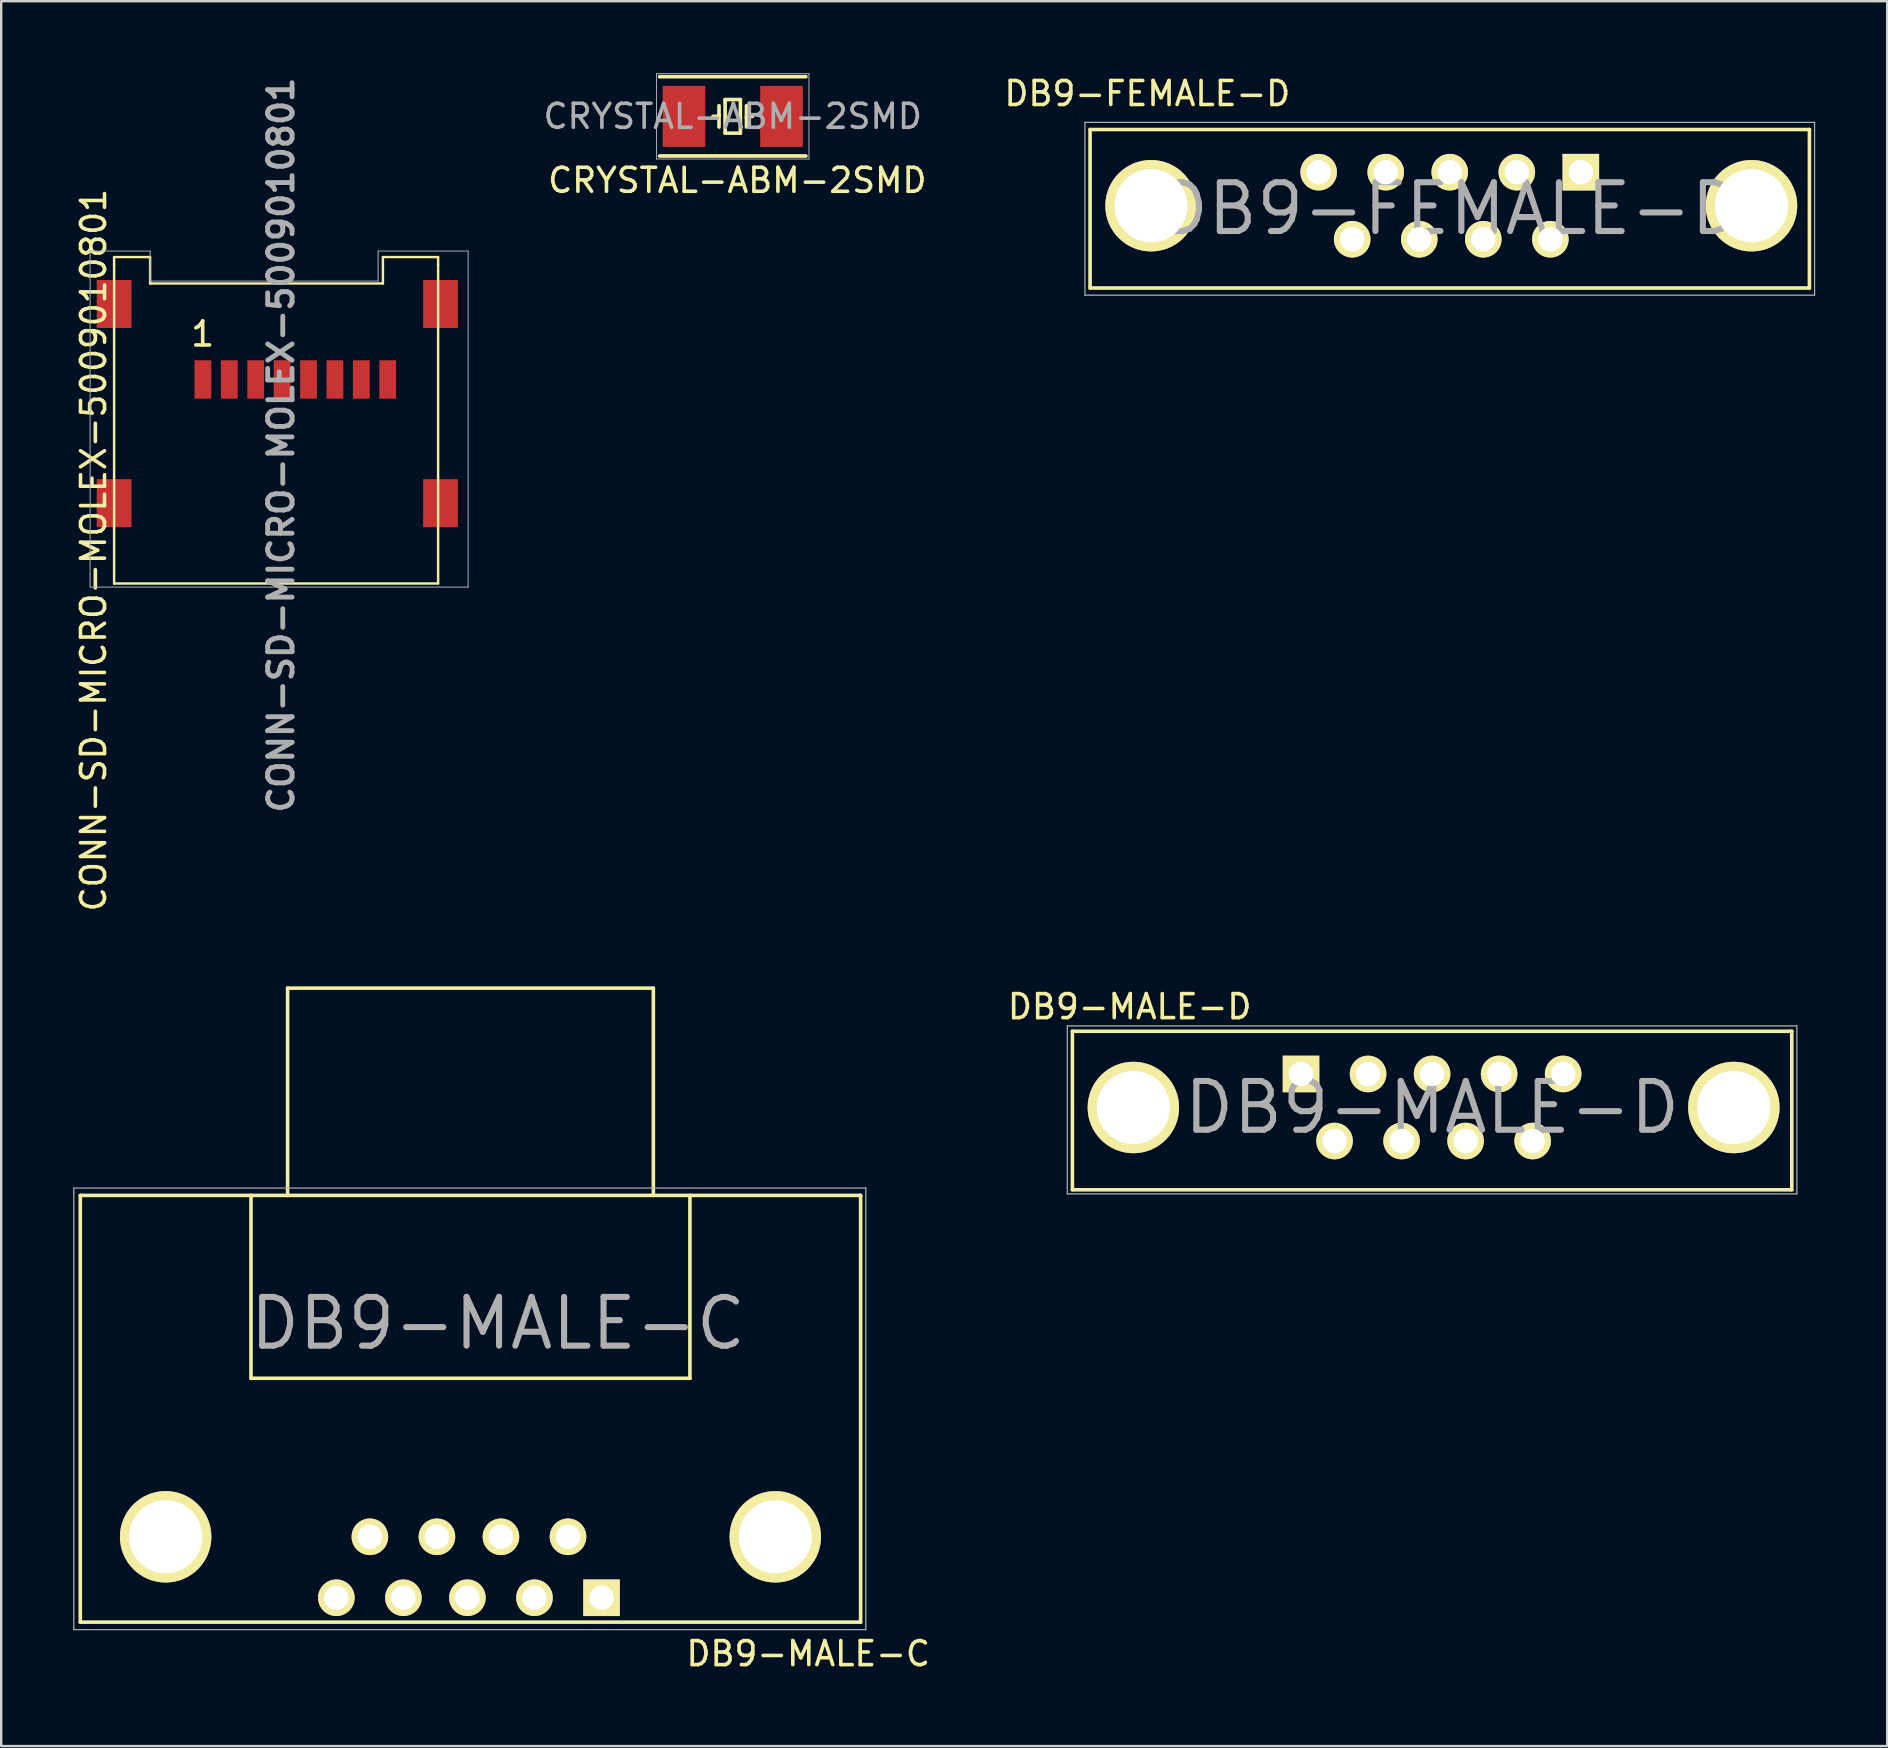
<source format=kicad_pcb>
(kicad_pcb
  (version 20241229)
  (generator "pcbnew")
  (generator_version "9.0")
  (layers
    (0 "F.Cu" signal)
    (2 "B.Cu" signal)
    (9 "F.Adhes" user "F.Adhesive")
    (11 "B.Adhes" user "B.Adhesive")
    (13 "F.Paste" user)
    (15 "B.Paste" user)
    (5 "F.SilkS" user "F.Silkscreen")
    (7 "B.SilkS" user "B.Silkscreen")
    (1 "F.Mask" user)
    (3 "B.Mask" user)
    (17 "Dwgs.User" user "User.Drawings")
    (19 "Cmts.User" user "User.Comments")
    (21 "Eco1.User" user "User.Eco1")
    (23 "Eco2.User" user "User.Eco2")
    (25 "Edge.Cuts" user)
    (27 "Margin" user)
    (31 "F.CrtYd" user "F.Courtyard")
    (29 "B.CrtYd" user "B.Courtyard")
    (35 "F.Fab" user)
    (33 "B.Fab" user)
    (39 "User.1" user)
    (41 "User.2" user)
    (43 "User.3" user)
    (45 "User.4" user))
  (footprint "DB9-FEMALE-D"
    (layer "F.Cu")
    (at 57.354 5.648)
    (property "Reference" "DB9-FEMALE-D" (at 0 0 0) (layer "F.Fab") (effects (font (size 2.032 2.032) (thickness 0.254))))
    (attr through_hole)
    (fp_line (start -14.986 -3.302) (end -14.986 3.302) (stroke (width 0.15) (type solid)) (layer "F.SilkS"))
    (fp_line (start -14.986 3.302) (end 14.986 3.302) (stroke (width 0.15) (type solid)) (layer "F.SilkS"))
    (fp_line (start 14.986 -3.302) (end -14.986 -3.302) (stroke (width 0.15) (type solid)) (layer "F.SilkS"))
    (fp_line (start 14.986 3.302) (end 14.986 -3.302) (stroke (width 0.15) (type solid)) (layer "F.SilkS"))
    (fp_line (start -15.2 -3.6) (end 15.2 -3.6) (stroke (width 0.051) (type solid)) (layer "F.Fab"))
    (fp_line (start -15.2 3.6) (end -15.2 -3.6) (stroke (width 0.051) (type solid)) (layer "F.Fab"))
    (fp_line (start 15.2 -3.6) (end 15.2 3.6) (stroke (width 0.051) (type solid)) (layer "F.Fab"))
    (fp_line (start 15.2 3.6) (end -15.2 3.6) (stroke (width 0.051) (type solid)) (layer "F.Fab"))
    (fp_text user "${REFERENCE}" (at -12.6 -4.8 0) (layer "F.SilkS") (effects (font (size 1 1) (thickness 0.15))))
    (pad "0" thru_hole circle (at -12.446 -0.127) (size 3.81 3.81) (drill 3.048) (layers "*.Cu" "*.Mask" "F.SilkS"))
    (pad "0" thru_hole circle (at 12.573 -0.127) (size 3.81 3.81) (drill 3.048) (layers "*.Cu" "*.Mask" "F.SilkS"))
    (pad "1" thru_hole rect (at 5.461 -1.524) (size 1.524 1.524) (drill 1.016) (layers "*.Cu" "*.Mask" "F.SilkS"))
    (pad "2" thru_hole circle (at 2.794 -1.524) (size 1.524 1.524) (drill 1.016) (layers "*.Cu" "*.Mask" "F.SilkS"))
    (pad "3" thru_hole circle (at 0 -1.524) (size 1.524 1.524) (drill 1.016) (layers "*.Cu" "*.Mask" "F.SilkS"))
    (pad "4" thru_hole circle (at -2.667 -1.524) (size 1.524 1.524) (drill 1.016) (layers "*.Cu" "*.Mask" "F.SilkS"))
    (pad "5" thru_hole circle (at -5.461 -1.524) (size 1.524 1.524) (drill 1.016) (layers "*.Cu" "*.Mask" "F.SilkS"))
    (pad "6" thru_hole circle (at 4.191 1.27) (size 1.524 1.524) (drill 1.016) (layers "*.Cu" "*.Mask" "F.SilkS"))
    (pad "7" thru_hole circle (at 1.397 1.27) (size 1.524 1.524) (drill 1.016) (layers "*.Cu" "*.Mask" "F.SilkS"))
    (pad "8" thru_hole circle (at -1.27 1.27) (size 1.524 1.524) (drill 1.016) (layers "*.Cu" "*.Mask" "F.SilkS"))
    (pad "9" thru_hole circle (at -4.064 1.27) (size 1.524 1.524) (drill 1.016) (layers "*.Cu" "*.Mask" "F.SilkS")))
  (footprint "DB9-MALE-C"
    (layer "F.Cu")
    (at 16.425 62.251)
    (property "Reference" "DB9-MALE-C" (at 1.27 -10.16 0) (layer "F.Fab") (effects (font (size 2.032 2.032) (thickness 0.254))))
    (attr through_hole)
    (fp_line (start -16.129 -15.494) (end -16.129 2.286) (stroke (width 0.15) (type solid)) (layer "F.SilkS"))
    (fp_line (start -16.129 2.286) (end 16.383 2.286) (stroke (width 0.15) (type solid)) (layer "F.SilkS"))
    (fp_line (start -9.017 -15.494) (end -9.017 -7.874) (stroke (width 0.15) (type solid)) (layer "F.SilkS"))
    (fp_line (start -9.017 -7.874) (end 9.271 -7.874) (stroke (width 0.15) (type solid)) (layer "F.SilkS"))
    (fp_line (start -7.493 -24.13) (end 7.747 -24.13) (stroke (width 0.15) (type solid)) (layer "F.SilkS"))
    (fp_line (start -7.493 -15.494) (end -7.493 -24.13) (stroke (width 0.15) (type solid)) (layer "F.SilkS"))
    (fp_line (start 7.747 -24.13) (end 7.747 -15.494) (stroke (width 0.15) (type solid)) (layer "F.SilkS"))
    (fp_line (start 9.271 -7.874) (end 9.271 -15.494) (stroke (width 0.15) (type solid)) (layer "F.SilkS"))
    (fp_line (start 16.383 -15.494) (end -16.129 -15.494) (stroke (width 0.15) (type solid)) (layer "F.SilkS"))
    (fp_line (start 16.383 2.286) (end 16.383 -15.494) (stroke (width 0.15) (type solid)) (layer "F.SilkS"))
    (fp_line (start -16.4 -15.8) (end 16.6 -15.8) (stroke (width 0.051) (type solid)) (layer "F.Fab"))
    (fp_line (start -16.4 -15.6) (end -16.4 -15.8) (stroke (width 0.051) (type solid)) (layer "F.Fab"))
    (fp_line (start -16.4 2.6) (end -16.4 -15.6) (stroke (width 0.051) (type solid)) (layer "F.Fab"))
    (fp_line (start 16.6 -15.8) (end 16.6 2.6) (stroke (width 0.051) (type solid)) (layer "F.Fab"))
    (fp_line (start 16.6 2.6) (end -16.4 2.6) (stroke (width 0.051) (type solid)) (layer "F.Fab"))
    (fp_text user "${REFERENCE}" (at 14.2 3.6 0) (layer "F.SilkS") (effects (font (size 1 1) (thickness 0.15))))
    (pad "" thru_hole circle (at -12.573 -1.27) (size 3.81 3.81) (drill 3.048) (layers "*.Cu" "*.Mask" "F.SilkS"))
    (pad "" thru_hole circle (at 12.827 -1.27) (size 3.81 3.81) (drill 3.048) (layers "*.Cu" "*.Mask" "F.SilkS"))
    (pad "1" thru_hole rect (at 5.588 1.27) (size 1.524 1.524) (drill 1.016) (layers "*.Cu" "*.Mask" "F.SilkS"))
    (pad "2" thru_hole circle (at 2.794 1.27) (size 1.524 1.524) (drill 1.016) (layers "*.Cu" "*.Mask" "F.SilkS"))
    (pad "3" thru_hole circle (at 0 1.27) (size 1.524 1.524) (drill 1.016) (layers "*.Cu" "*.Mask" "F.SilkS"))
    (pad "4" thru_hole circle (at -2.667 1.27) (size 1.524 1.524) (drill 1.016) (layers "*.Cu" "*.Mask" "F.SilkS"))
    (pad "5" thru_hole circle (at -5.461 1.27) (size 1.524 1.524) (drill 1.016) (layers "*.Cu" "*.Mask" "F.SilkS"))
    (pad "6" thru_hole circle (at 4.191 -1.27) (size 1.524 1.524) (drill 1.016) (layers "*.Cu" "*.Mask" "F.SilkS"))
    (pad "7" thru_hole circle (at 1.397 -1.27) (size 1.524 1.524) (drill 1.016) (layers "*.Cu" "*.Mask" "F.SilkS"))
    (pad "8" thru_hole circle (at -1.27 -1.27) (size 1.524 1.524) (drill 1.016) (layers "*.Cu" "*.Mask" "F.SilkS"))
    (pad "9" thru_hole circle (at -4.064 -1.27) (size 1.524 1.524) (drill 1.016) (layers "*.Cu" "*.Mask" "F.SilkS")))
  (footprint "CRYSTAL-ABM-2SMD"
    (layer "F.Cu")
    (at 27.48 1.798)
    (property "Reference" "CRYSTAL-ABM-2SMD" (at 0 0 0) (layer "F.Fab") (effects (font (size 1 1) (thickness 0.15))))
    (attr through_hole)
    (fp_line (start -3.048 1.651) (end 3.048 1.651) (stroke (width 0.152) (type solid)) (layer "F.SilkS"))
    (fp_line (start -0.572 -0.064) (end -0.572 -0.445) (stroke (width 0.152) (type solid)) (layer "F.SilkS"))
    (fp_line (start -0.572 -0.064) (end -0.572 0.445) (stroke (width 0.152) (type solid)) (layer "F.SilkS"))
    (fp_line (start -0.572 0) (end -0.826 0) (stroke (width 0.152) (type solid)) (layer "F.SilkS"))
    (fp_line (start -0.318 -0.699) (end -0.318 -0.572) (stroke (width 0.152) (type solid)) (layer "F.SilkS"))
    (fp_line (start -0.318 -0.572) (end -0.318 0.699) (stroke (width 0.152) (type solid)) (layer "F.SilkS"))
    (fp_line (start -0.318 0.699) (end 0.318 0.699) (stroke (width 0.152) (type solid)) (layer "F.SilkS"))
    (fp_line (start 0.318 -0.699) (end -0.318 -0.699) (stroke (width 0.152) (type solid)) (layer "F.SilkS"))
    (fp_line (start 0.318 0.699) (end 0.318 -0.699) (stroke (width 0.152) (type solid)) (layer "F.SilkS"))
    (fp_line (start 0.572 0) (end 0.826 0) (stroke (width 0.152) (type solid)) (layer "F.SilkS"))
    (fp_line (start 0.572 0.064) (end 0.572 -0.445) (stroke (width 0.152) (type solid)) (layer "F.SilkS"))
    (fp_line (start 0.572 0.064) (end 0.572 0.445) (stroke (width 0.152) (type solid)) (layer "F.SilkS"))
    (fp_line (start 3.048 -1.651) (end -3.048 -1.651) (stroke (width 0.152) (type solid)) (layer "F.SilkS"))
    (fp_line (start -3.175 -1.778) (end -3.175 1.778) (stroke (width 0.041) (type solid)) (layer "F.Fab"))
    (fp_line (start -3.175 1.778) (end 3.175 1.778) (stroke (width 0.041) (type solid)) (layer "F.Fab"))
    (fp_line (start 3.175 -1.778) (end -3.175 -1.778) (stroke (width 0.041) (type solid)) (layer "F.Fab"))
    (fp_line (start 3.175 1.778) (end 3.175 -1.778) (stroke (width 0.041) (type solid)) (layer "F.Fab"))
    (fp_text user "${REFERENCE}" (at 0.191 2.667 0) (layer "F.SilkS") (effects (font (size 1 1) (thickness 0.15))))
    (pad "1" smd rect (at -2.032 0) (size 1.778 2.54) (layers "F.Cu" "F.Mask" "F.Paste"))
    (pad "2" smd rect (at 2.032 0) (size 1.778 2.54) (layers "F.Cu" "F.Mask" "F.Paste")))
  (footprint "CONN-SD-MICRO-MOLEX-5009010801"
    (layer "F.Cu")
    (at 9.204 17.661)
    (property "Reference" "CONN-SD-MICRO-MOLEX-5009010801" (at -0.545 -2.17 90) (layer "F.Fab") (effects (font (size 1.016 1.016) (thickness 0.203))))
    (attr through_hole)
    (fp_line (start -7.5 -10) (end -6 -10) (stroke (width 0.102) (type solid)) (layer "F.SilkS"))
    (fp_line (start -7.5 -9.7) (end -7.5 -10) (stroke (width 0.102) (type solid)) (layer "F.SilkS"))
    (fp_line (start -7.5 3.6) (end -7.5 -9.7) (stroke (width 0.102) (type solid)) (layer "F.SilkS"))
    (fp_line (start -7.5 3.6) (end 6 3.6) (stroke (width 0.102) (type solid)) (layer "F.SilkS"))
    (fp_line (start -6 -10) (end -6 -8.9) (stroke (width 0.102) (type solid)) (layer "F.SilkS"))
    (fp_line (start -6 -8.9) (end 3.7 -8.9) (stroke (width 0.102) (type solid)) (layer "F.SilkS"))
    (fp_line (start 3.7 -10) (end 6 -10) (stroke (width 0.102) (type solid)) (layer "F.SilkS"))
    (fp_line (start 3.7 -8.9) (end 3.7 -10) (stroke (width 0.102) (type solid)) (layer "F.SilkS"))
    (fp_line (start 6 -10) (end 6 -9.7) (stroke (width 0.102) (type solid)) (layer "F.SilkS"))
    (fp_line (start 6 3.6) (end 6 -9.7) (stroke (width 0.102) (type solid)) (layer "F.SilkS"))
    (fp_line (start -8.5 -10.25) (end -8.5 3.75) (stroke (width 0.041) (type solid)) (layer "F.Fab"))
    (fp_line (start -8.5 3.75) (end 7.25 3.75) (stroke (width 0.041) (type solid)) (layer "F.Fab"))
    (fp_line (start -6 -10.25) (end -8.5 -10.25) (stroke (width 0.041) (type solid)) (layer "F.Fab"))
    (fp_line (start -6 -9) (end -6 -10.25) (stroke (width 0.041) (type solid)) (layer "F.Fab"))
    (fp_line (start 3.5 -10.25) (end 3.5 -9) (stroke (width 0.041) (type solid)) (layer "F.Fab"))
    (fp_line (start 3.5 -9) (end -6 -9) (stroke (width 0.041) (type solid)) (layer "F.Fab"))
    (fp_line (start 7.25 -10.25) (end 3.5 -10.25) (stroke (width 0.041) (type solid)) (layer "F.Fab"))
    (fp_line (start 7.25 3.75) (end 7.25 -10.25) (stroke (width 0.041) (type solid)) (layer "F.Fab"))
    (fp_text user "${REFERENCE}" (at -8.355 2.212 90) (layer "F.SilkS") (effects (font (size 1 1) (thickness 0.15))))
    (fp_text user "1" (at -3.81 -6.795 0) (layer "F.SilkS") (effects (font (size 1 1) (thickness 0.15))))
    (pad "1" smd rect (at -3.8 -4.9) (size 0.7 1.6) (layers "F.Cu" "F.Mask" "F.Paste"))
    (pad "2" smd rect (at -2.7 -4.9) (size 0.7 1.6) (layers "F.Cu" "F.Mask" "F.Paste"))
    (pad "3" smd rect (at -1.6 -4.9) (size 0.7 1.6) (layers "F.Cu" "F.Mask" "F.Paste"))
    (pad "4" smd rect (at -0.5 -4.9) (size 0.7 1.6) (layers "F.Cu" "F.Mask" "F.Paste"))
    (pad "5" smd rect (at 0.6 -4.9) (size 0.7 1.6) (layers "F.Cu" "F.Mask" "F.Paste"))
    (pad "6" smd rect (at -7.5 -8.046) (size 1.45 2) (layers "F.Cu" "F.Mask" "F.Paste"))
    (pad "6" smd rect (at -7.5 0.254) (size 1.45 2) (layers "F.Cu" "F.Mask" "F.Paste"))
    (pad "6" smd rect (at 1.7 -4.9) (size 0.7 1.6) (layers "F.Cu" "F.Mask" "F.Paste"))
    (pad "6" smd rect (at 6.1 -8.046) (size 1.45 2) (layers "F.Cu" "F.Mask" "F.Paste"))
    (pad "6" smd rect (at 6.1 0.254) (size 1.45 2) (layers "F.Cu" "F.Mask" "F.Paste"))
    (pad "7" smd rect (at 2.8 -4.9) (size 0.7 1.6) (layers "F.Cu" "F.Mask" "F.Paste"))
    (pad "8" smd rect (at 3.9 -4.9) (size 0.7 1.6) (layers "F.Cu" "F.Mask" "F.Paste")))
  (footprint "DB9-MALE-D"
    (layer "F.Cu")
    (at 56.618 43.094)
    (property "Reference" "DB9-MALE-D" (at 0 0 0) (layer "F.Fab") (effects (font (size 2.032 2.032) (thickness 0.254))))
    (attr through_hole)
    (fp_line (start -14.986 -3.175) (end -14.986 3.429) (stroke (width 0.15) (type solid)) (layer "F.SilkS"))
    (fp_line (start -14.986 3.429) (end 14.986 3.429) (stroke (width 0.15) (type solid)) (layer "F.SilkS"))
    (fp_line (start 14.986 -3.175) (end -14.986 -3.175) (stroke (width 0.15) (type solid)) (layer "F.SilkS"))
    (fp_line (start 14.986 3.429) (end 14.986 -3.175) (stroke (width 0.15) (type solid)) (layer "F.SilkS"))
    (fp_line (start -15.2 -3.4) (end -15.2 3.6) (stroke (width 0.051) (type solid)) (layer "F.Fab"))
    (fp_line (start -15.2 3.6) (end 15.2 3.6) (stroke (width 0.051) (type solid)) (layer "F.Fab"))
    (fp_line (start 15.2 -3.4) (end -15.2 -3.4) (stroke (width 0.051) (type solid)) (layer "F.Fab"))
    (fp_line (start 15.2 3.6) (end 15.2 -3.4) (stroke (width 0.051) (type solid)) (layer "F.Fab"))
    (fp_text user "${REFERENCE}" (at -12.6 -4.2 0) (layer "F.SilkS") (effects (font (size 1 1) (thickness 0.15))))
    (pad "0" thru_hole circle (at -12.446 0) (size 3.81 3.81) (drill 3.048) (layers "*.Cu" "*.Mask" "F.SilkS"))
    (pad "0" thru_hole circle (at 12.573 0) (size 3.81 3.81) (drill 3.048) (layers "*.Cu" "*.Mask" "F.SilkS"))
    (pad "1" thru_hole rect (at -5.461 -1.397) (size 1.524 1.524) (drill 1.016) (layers "*.Cu" "*.Mask" "F.SilkS"))
    (pad "2" thru_hole circle (at -2.667 -1.397) (size 1.524 1.524) (drill 1.016) (layers "*.Cu" "*.Mask" "F.SilkS"))
    (pad "3" thru_hole circle (at 0 -1.397) (size 1.524 1.524) (drill 1.016) (layers "*.Cu" "*.Mask" "F.SilkS"))
    (pad "4" thru_hole circle (at 2.794 -1.397) (size 1.524 1.524) (drill 1.016) (layers "*.Cu" "*.Mask" "F.SilkS"))
    (pad "5" thru_hole circle (at 5.461 -1.397) (size 1.524 1.524) (drill 1.016) (layers "*.Cu" "*.Mask" "F.SilkS"))
    (pad "6" thru_hole circle (at -4.064 1.397) (size 1.524 1.524) (drill 1.016) (layers "*.Cu" "*.Mask" "F.SilkS"))
    (pad "7" thru_hole circle (at -1.27 1.397) (size 1.524 1.524) (drill 1.016) (layers "*.Cu" "*.Mask" "F.SilkS"))
    (pad "8" thru_hole circle (at 1.397 1.397) (size 1.524 1.524) (drill 1.016) (layers "*.Cu" "*.Mask" "F.SilkS"))
    (pad "9" thru_hole circle (at 4.191 1.397) (size 1.524 1.524) (drill 1.016) (layers "*.Cu" "*.Mask" "F.SilkS")))
  (gr_rect
    (start -3 -3)
    (end 75.579 69.699)
    (stroke (width 0.1) (type default))
    (fill no)
    (layer "Edge.Cuts")))
</source>
